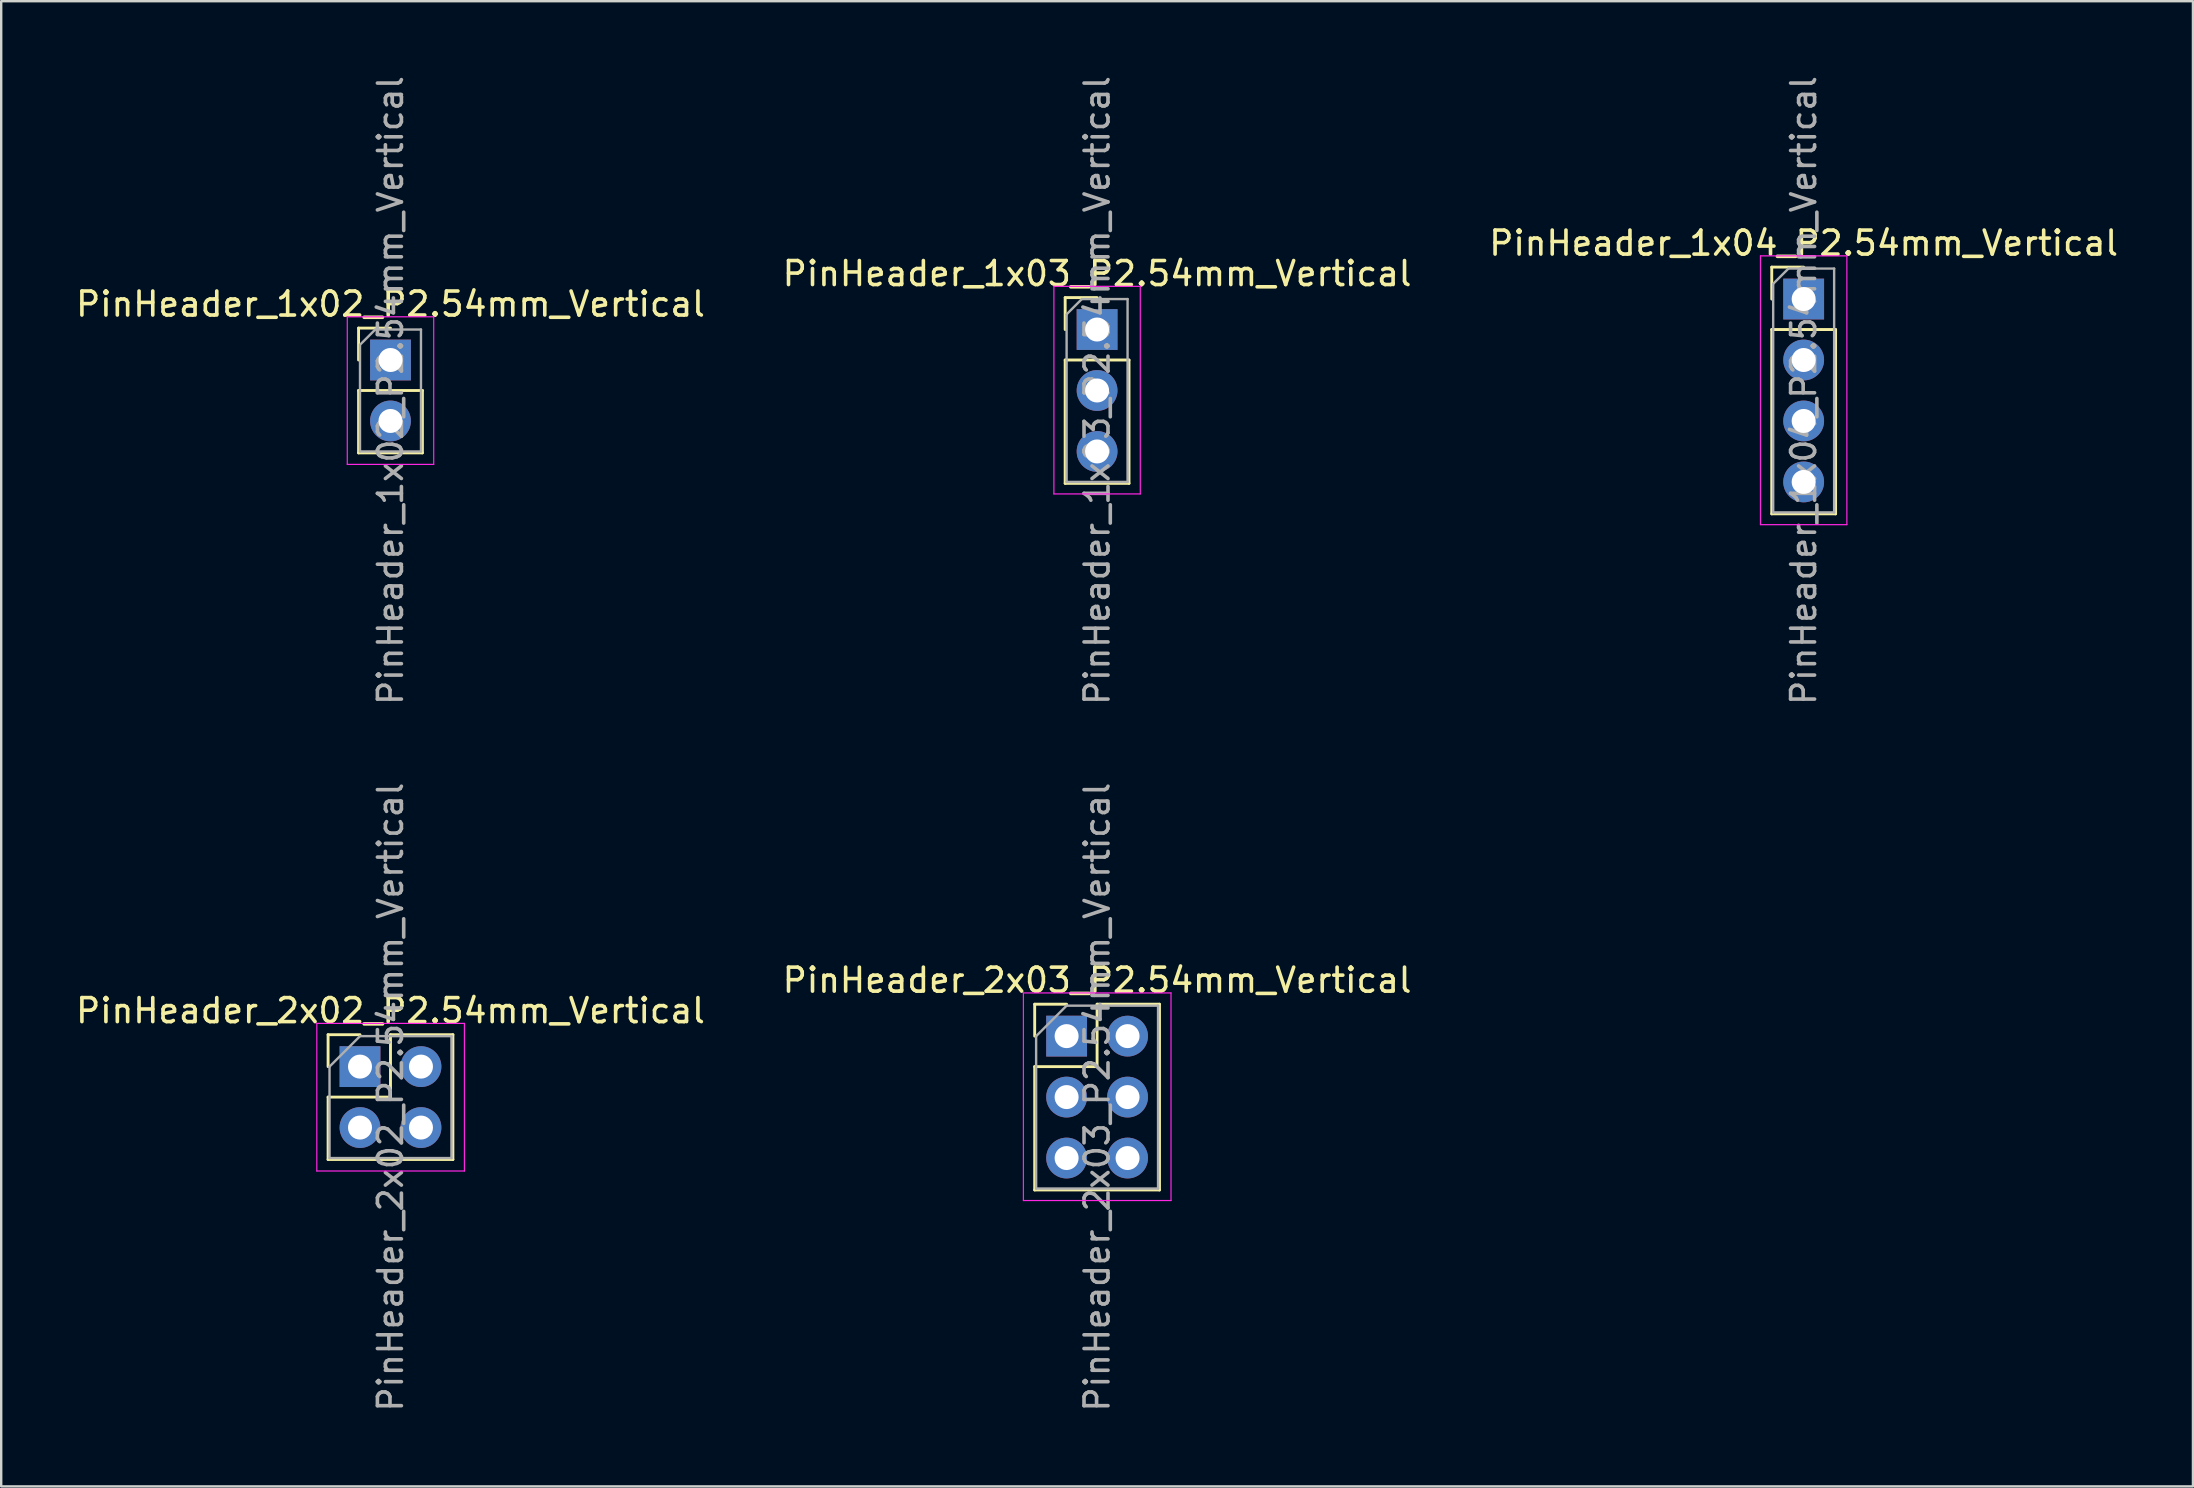
<source format=kicad_pcb>
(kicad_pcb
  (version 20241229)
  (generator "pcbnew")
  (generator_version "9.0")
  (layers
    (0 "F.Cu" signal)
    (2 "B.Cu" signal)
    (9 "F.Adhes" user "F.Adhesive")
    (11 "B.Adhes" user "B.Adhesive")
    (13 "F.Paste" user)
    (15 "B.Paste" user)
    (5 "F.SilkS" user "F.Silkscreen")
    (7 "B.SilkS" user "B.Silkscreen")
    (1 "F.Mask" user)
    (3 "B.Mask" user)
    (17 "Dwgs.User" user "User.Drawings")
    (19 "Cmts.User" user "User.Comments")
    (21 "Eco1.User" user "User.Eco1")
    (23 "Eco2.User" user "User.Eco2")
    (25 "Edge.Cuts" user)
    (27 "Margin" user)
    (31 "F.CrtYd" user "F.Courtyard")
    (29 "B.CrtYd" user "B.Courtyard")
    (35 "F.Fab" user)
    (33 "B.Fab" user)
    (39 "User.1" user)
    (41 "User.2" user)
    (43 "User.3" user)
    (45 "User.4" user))
  (footprint "PinHeader_2x03_P2.54mm_Vertical"
    (layer "F.Cu")
    (at 42.661 42.661)
    (property "Reference" "PinHeader_2x03_P2.54mm_Vertical" (at 0 -4.87 0) (layer "F.SilkS") (effects (font (size 1 1) (thickness 0.15))))
    (attr through_hole)
    (fp_line (start -2.6 -3.87) (end -1.27 -3.87) (stroke (width 0.12) (type solid)) (layer "F.SilkS"))
    (fp_line (start -2.6 -2.54) (end -2.6 -3.87) (stroke (width 0.12) (type solid)) (layer "F.SilkS"))
    (fp_line (start -2.6 -1.27) (end -2.6 3.87) (stroke (width 0.12) (type solid)) (layer "F.SilkS"))
    (fp_line (start -2.6 -1.27) (end 0 -1.27) (stroke (width 0.12) (type solid)) (layer "F.SilkS"))
    (fp_line (start -2.6 3.87) (end 2.6 3.87) (stroke (width 0.12) (type solid)) (layer "F.SilkS"))
    (fp_line (start 0 -3.87) (end 2.6 -3.87) (stroke (width 0.12) (type solid)) (layer "F.SilkS"))
    (fp_line (start 0 -1.27) (end 0 -3.87) (stroke (width 0.12) (type solid)) (layer "F.SilkS"))
    (fp_line (start 2.6 -3.87) (end 2.6 3.87) (stroke (width 0.12) (type solid)) (layer "F.SilkS"))
    (fp_line (start -3.07 -4.34) (end -3.07 4.31) (stroke (width 0.05) (type solid)) (layer "F.CrtYd"))
    (fp_line (start -3.07 4.31) (end 3.08 4.31) (stroke (width 0.05) (type solid)) (layer "F.CrtYd"))
    (fp_line (start 3.08 -4.34) (end -3.07 -4.34) (stroke (width 0.05) (type solid)) (layer "F.CrtYd"))
    (fp_line (start 3.08 4.31) (end 3.08 -4.34) (stroke (width 0.05) (type solid)) (layer "F.CrtYd"))
    (fp_line (start -2.54 -2.54) (end -1.27 -3.81) (stroke (width 0.1) (type solid)) (layer "F.Fab"))
    (fp_line (start -2.54 3.81) (end -2.54 -2.54) (stroke (width 0.1) (type solid)) (layer "F.Fab"))
    (fp_line (start -1.27 -3.81) (end 2.54 -3.81) (stroke (width 0.1) (type solid)) (layer "F.Fab"))
    (fp_line (start 2.54 -3.81) (end 2.54 3.81) (stroke (width 0.1) (type solid)) (layer "F.Fab"))
    (fp_line (start 2.54 3.81) (end -2.54 3.81) (stroke (width 0.1) (type solid)) (layer "F.Fab"))
    (fp_text user "${REFERENCE}" (at 0 0 90) (layer "F.Fab") (effects (font (size 1 1) (thickness 0.15))))
    (pad "1" thru_hole rect (at -1.27 -2.54) (size 1.7 1.7) (drill 1) (layers "*.Cu" "*.Mask"))
    (pad "2" thru_hole oval (at 1.27 -2.54) (size 1.7 1.7) (drill 1) (layers "*.Cu" "*.Mask"))
    (pad "3" thru_hole oval (at -1.27 0) (size 1.7 1.7) (drill 1) (layers "*.Cu" "*.Mask"))
    (pad "4" thru_hole oval (at 1.27 0) (size 1.7 1.7) (drill 1) (layers "*.Cu" "*.Mask"))
    (pad "5" thru_hole oval (at -1.27 2.54) (size 1.7 1.7) (drill 1) (layers "*.Cu" "*.Mask"))
    (pad "6" thru_hole oval (at 1.27 2.54) (size 1.7 1.7) (drill 1) (layers "*.Cu" "*.Mask")))
  (footprint "PinHeader_1x04_P2.54mm_Vertical"
    (layer "F.Cu")
    (at 72.101 13.22)
    (property "Reference" "PinHeader_1x04_P2.54mm_Vertical" (at 0 -6.14 0) (layer "F.SilkS") (effects (font (size 1 1) (thickness 0.15))))
    (attr through_hole)
    (fp_line (start -1.33 -5.14) (end 0 -5.14) (stroke (width 0.12) (type solid)) (layer "F.SilkS"))
    (fp_line (start -1.33 -3.81) (end -1.33 -5.14) (stroke (width 0.12) (type solid)) (layer "F.SilkS"))
    (fp_line (start -1.33 -2.54) (end -1.33 5.14) (stroke (width 0.12) (type solid)) (layer "F.SilkS"))
    (fp_line (start -1.33 -2.54) (end 1.33 -2.54) (stroke (width 0.12) (type solid)) (layer "F.SilkS"))
    (fp_line (start -1.33 5.14) (end 1.33 5.14) (stroke (width 0.12) (type solid)) (layer "F.SilkS"))
    (fp_line (start 1.33 -2.54) (end 1.33 5.14) (stroke (width 0.12) (type solid)) (layer "F.SilkS"))
    (fp_line (start -1.8 -5.61) (end -1.8 5.59) (stroke (width 0.05) (type solid)) (layer "F.CrtYd"))
    (fp_line (start -1.8 5.59) (end 1.8 5.59) (stroke (width 0.05) (type solid)) (layer "F.CrtYd"))
    (fp_line (start 1.8 -5.61) (end -1.8 -5.61) (stroke (width 0.05) (type solid)) (layer "F.CrtYd"))
    (fp_line (start 1.8 5.59) (end 1.8 -5.61) (stroke (width 0.05) (type solid)) (layer "F.CrtYd"))
    (fp_line (start -1.27 -4.445) (end -0.635 -5.08) (stroke (width 0.1) (type solid)) (layer "F.Fab"))
    (fp_line (start -1.27 5.08) (end -1.27 -4.445) (stroke (width 0.1) (type solid)) (layer "F.Fab"))
    (fp_line (start -0.635 -5.08) (end 1.27 -5.08) (stroke (width 0.1) (type solid)) (layer "F.Fab"))
    (fp_line (start 1.27 -5.08) (end 1.27 5.08) (stroke (width 0.1) (type solid)) (layer "F.Fab"))
    (fp_line (start 1.27 5.08) (end -1.27 5.08) (stroke (width 0.1) (type solid)) (layer "F.Fab"))
    (fp_text user "${REFERENCE}" (at 0 0 90) (layer "F.Fab") (effects (font (size 1 1) (thickness 0.15))))
    (pad "1" thru_hole rect (at 0 -3.81) (size 1.7 1.7) (drill 1) (layers "*.Cu" "*.Mask"))
    (pad "2" thru_hole oval (at 0 -1.27) (size 1.7 1.7) (drill 1) (layers "*.Cu" "*.Mask"))
    (pad "3" thru_hole oval (at 0 1.27) (size 1.7 1.7) (drill 1) (layers "*.Cu" "*.Mask"))
    (pad "4" thru_hole oval (at 0 3.81) (size 1.7 1.7) (drill 1) (layers "*.Cu" "*.Mask")))
  (footprint "PinHeader_1x02_P2.54mm_Vertical"
    (layer "F.Cu")
    (at 13.22 13.22)
    (property "Reference" "PinHeader_1x02_P2.54mm_Vertical" (at 0 -3.6 0) (layer "F.SilkS") (effects (font (size 1 1) (thickness 0.15))))
    (attr through_hole)
    (fp_line (start -1.33 -2.6) (end 0 -2.6) (stroke (width 0.12) (type solid)) (layer "F.SilkS"))
    (fp_line (start -1.33 -1.27) (end -1.33 -2.6) (stroke (width 0.12) (type solid)) (layer "F.SilkS"))
    (fp_line (start -1.33 0) (end -1.33 2.6) (stroke (width 0.12) (type solid)) (layer "F.SilkS"))
    (fp_line (start -1.33 0) (end 1.33 0) (stroke (width 0.12) (type solid)) (layer "F.SilkS"))
    (fp_line (start -1.33 2.6) (end 1.33 2.6) (stroke (width 0.12) (type solid)) (layer "F.SilkS"))
    (fp_line (start 1.33 0) (end 1.33 2.6) (stroke (width 0.12) (type solid)) (layer "F.SilkS"))
    (fp_line (start -1.8 -3.07) (end -1.8 3.08) (stroke (width 0.05) (type solid)) (layer "F.CrtYd"))
    (fp_line (start -1.8 3.08) (end 1.8 3.08) (stroke (width 0.05) (type solid)) (layer "F.CrtYd"))
    (fp_line (start 1.8 -3.07) (end -1.8 -3.07) (stroke (width 0.05) (type solid)) (layer "F.CrtYd"))
    (fp_line (start 1.8 3.08) (end 1.8 -3.07) (stroke (width 0.05) (type solid)) (layer "F.CrtYd"))
    (fp_line (start -1.27 -1.905) (end -0.635 -2.54) (stroke (width 0.1) (type solid)) (layer "F.Fab"))
    (fp_line (start -1.27 2.54) (end -1.27 -1.905) (stroke (width 0.1) (type solid)) (layer "F.Fab"))
    (fp_line (start -0.635 -2.54) (end 1.27 -2.54) (stroke (width 0.1) (type solid)) (layer "F.Fab"))
    (fp_line (start 1.27 -2.54) (end 1.27 2.54) (stroke (width 0.1) (type solid)) (layer "F.Fab"))
    (fp_line (start 1.27 2.54) (end -1.27 2.54) (stroke (width 0.1) (type solid)) (layer "F.Fab"))
    (fp_text user "${REFERENCE}" (at 0 0 90) (layer "F.Fab") (effects (font (size 1 1) (thickness 0.15))))
    (pad "1" thru_hole rect (at 0 -1.27) (size 1.7 1.7) (drill 1) (layers "*.Cu" "*.Mask"))
    (pad "2" thru_hole oval (at 0 1.27) (size 1.7 1.7) (drill 1) (layers "*.Cu" "*.Mask")))
  (footprint "PinHeader_2x02_P2.54mm_Vertical"
    (layer "F.Cu")
    (at 13.22 42.661)
    (property "Reference" "PinHeader_2x02_P2.54mm_Vertical" (at 0 -3.6 0) (layer "F.SilkS") (effects (font (size 1 1) (thickness 0.15))))
    (attr through_hole)
    (fp_line (start -2.6 -2.6) (end -1.27 -2.6) (stroke (width 0.12) (type solid)) (layer "F.SilkS"))
    (fp_line (start -2.6 -1.27) (end -2.6 -2.6) (stroke (width 0.12) (type solid)) (layer "F.SilkS"))
    (fp_line (start -2.6 0) (end -2.6 2.6) (stroke (width 0.12) (type solid)) (layer "F.SilkS"))
    (fp_line (start -2.6 0) (end 0 0) (stroke (width 0.12) (type solid)) (layer "F.SilkS"))
    (fp_line (start -2.6 2.6) (end 2.6 2.6) (stroke (width 0.12) (type solid)) (layer "F.SilkS"))
    (fp_line (start 0 -2.6) (end 2.6 -2.6) (stroke (width 0.12) (type solid)) (layer "F.SilkS"))
    (fp_line (start 0 0) (end 0 -2.6) (stroke (width 0.12) (type solid)) (layer "F.SilkS"))
    (fp_line (start 2.6 -2.6) (end 2.6 2.6) (stroke (width 0.12) (type solid)) (layer "F.SilkS"))
    (fp_line (start -3.07 -3.07) (end -3.07 3.08) (stroke (width 0.05) (type solid)) (layer "F.CrtYd"))
    (fp_line (start -3.07 3.08) (end 3.08 3.08) (stroke (width 0.05) (type solid)) (layer "F.CrtYd"))
    (fp_line (start 3.08 -3.07) (end -3.07 -3.07) (stroke (width 0.05) (type solid)) (layer "F.CrtYd"))
    (fp_line (start 3.08 3.08) (end 3.08 -3.07) (stroke (width 0.05) (type solid)) (layer "F.CrtYd"))
    (fp_line (start -2.54 -1.27) (end -1.27 -2.54) (stroke (width 0.1) (type solid)) (layer "F.Fab"))
    (fp_line (start -2.54 2.54) (end -2.54 -1.27) (stroke (width 0.1) (type solid)) (layer "F.Fab"))
    (fp_line (start -1.27 -2.54) (end 2.54 -2.54) (stroke (width 0.1) (type solid)) (layer "F.Fab"))
    (fp_line (start 2.54 -2.54) (end 2.54 2.54) (stroke (width 0.1) (type solid)) (layer "F.Fab"))
    (fp_line (start 2.54 2.54) (end -2.54 2.54) (stroke (width 0.1) (type solid)) (layer "F.Fab"))
    (fp_text user "${REFERENCE}" (at 0 0 90) (layer "F.Fab") (effects (font (size 1 1) (thickness 0.15))))
    (pad "1" thru_hole rect (at -1.27 -1.27) (size 1.7 1.7) (drill 1) (layers "*.Cu" "*.Mask"))
    (pad "2" thru_hole oval (at 1.27 -1.27) (size 1.7 1.7) (drill 1) (layers "*.Cu" "*.Mask"))
    (pad "3" thru_hole oval (at -1.27 1.27) (size 1.7 1.7) (drill 1) (layers "*.Cu" "*.Mask"))
    (pad "4" thru_hole oval (at 1.27 1.27) (size 1.7 1.7) (drill 1) (layers "*.Cu" "*.Mask")))
  (footprint "PinHeader_1x03_P2.54mm_Vertical"
    (layer "F.Cu")
    (at 42.661 13.22)
    (property "Reference" "PinHeader_1x03_P2.54mm_Vertical" (at 0 -4.87 0) (layer "F.SilkS") (effects (font (size 1 1) (thickness 0.15))))
    (attr through_hole)
    (fp_line (start -1.33 -3.87) (end 0 -3.87) (stroke (width 0.12) (type solid)) (layer "F.SilkS"))
    (fp_line (start -1.33 -2.54) (end -1.33 -3.87) (stroke (width 0.12) (type solid)) (layer "F.SilkS"))
    (fp_line (start -1.33 -1.27) (end -1.33 3.87) (stroke (width 0.12) (type solid)) (layer "F.SilkS"))
    (fp_line (start -1.33 -1.27) (end 1.33 -1.27) (stroke (width 0.12) (type solid)) (layer "F.SilkS"))
    (fp_line (start -1.33 3.87) (end 1.33 3.87) (stroke (width 0.12) (type solid)) (layer "F.SilkS"))
    (fp_line (start 1.33 -1.27) (end 1.33 3.87) (stroke (width 0.12) (type solid)) (layer "F.SilkS"))
    (fp_line (start -1.8 -4.34) (end -1.8 4.31) (stroke (width 0.05) (type solid)) (layer "F.CrtYd"))
    (fp_line (start -1.8 4.31) (end 1.8 4.31) (stroke (width 0.05) (type solid)) (layer "F.CrtYd"))
    (fp_line (start 1.8 -4.34) (end -1.8 -4.34) (stroke (width 0.05) (type solid)) (layer "F.CrtYd"))
    (fp_line (start 1.8 4.31) (end 1.8 -4.34) (stroke (width 0.05) (type solid)) (layer "F.CrtYd"))
    (fp_line (start -1.27 -3.175) (end -0.635 -3.81) (stroke (width 0.1) (type solid)) (layer "F.Fab"))
    (fp_line (start -1.27 3.81) (end -1.27 -3.175) (stroke (width 0.1) (type solid)) (layer "F.Fab"))
    (fp_line (start -0.635 -3.81) (end 1.27 -3.81) (stroke (width 0.1) (type solid)) (layer "F.Fab"))
    (fp_line (start 1.27 -3.81) (end 1.27 3.81) (stroke (width 0.1) (type solid)) (layer "F.Fab"))
    (fp_line (start 1.27 3.81) (end -1.27 3.81) (stroke (width 0.1) (type solid)) (layer "F.Fab"))
    (fp_text user "${REFERENCE}" (at 0 0 90) (layer "F.Fab") (effects (font (size 1 1) (thickness 0.15))))
    (pad "1" thru_hole rect (at 0 -2.54) (size 1.7 1.7) (drill 1) (layers "*.Cu" "*.Mask"))
    (pad "2" thru_hole oval (at 0 0) (size 1.7 1.7) (drill 1) (layers "*.Cu" "*.Mask"))
    (pad "3" thru_hole oval (at 0 2.54) (size 1.7 1.7) (drill 1) (layers "*.Cu" "*.Mask")))
  (gr_rect
    (start -3 -3)
    (end 88.321 58.881)
    (stroke (width 0.1) (type default))
    (fill no)
    (layer "Edge.Cuts")))
</source>
